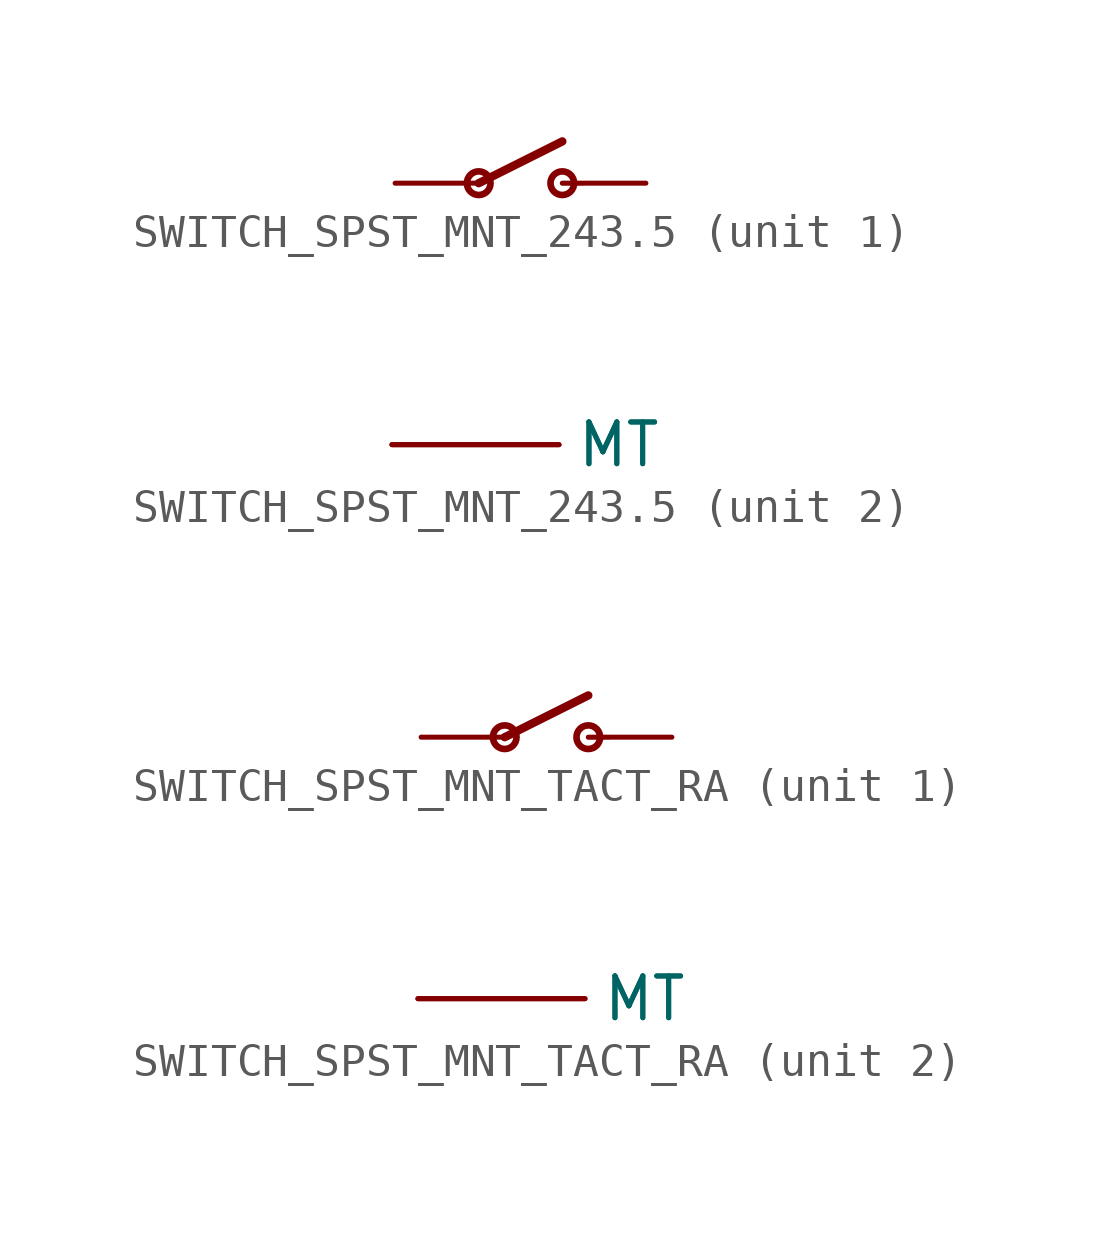
<source format=kicad_sym>
(kicad_symbol_lib
  (version 20220914)
  (generator kicad_symbol_editor)
  (symbol "SWITCH_SPST_MNT_243.5"
    (property "Reference" "SW"
      (at -4.445 -6.35 0)
      (effects (font (size 1.27 1.079)) (justify left bottom) hide))
    (property "ki_locked" ""
      (at 0 0 0)
      (effects (font (size 1.27 1.27))))
    (symbol "SWITCH_SPST_MNT_243.5_1_0"
      (circle (center -2.54 0) (radius 0.359) (stroke (width 0.203) (type solid)) (fill (type none)))
      (polyline (pts (xy -2.54 0) (xy 0 1.27)) (stroke (width 0.254) (type solid)) (fill (type none)))
      (polyline (pts (xy 0 0) (xy 0.635 0)) (stroke (width 0.127) (type solid)) (fill (type none)))
      (circle (center 0 0) (radius 0.359) (stroke (width 0.203) (type solid)) (fill (type none)))
      (pin passive line (at -5.08 0 0) (length 2.54) (name "P" (effects (font (size 0 0)))) (number "1" (effects (font (size 0 0)))))
      (pin passive line (at 2.54 0 180) (length 2.54) (name "S" (effects (font (size 0 0)))) (number "2" (effects (font (size 0 0))))))
    (symbol "SWITCH_SPST_MNT_243.5_2_0"
      (pin bidirectional line (at 0 0 0) (length 5.08) (name "MT" (effects (font (size 1.27 1.27)))) (number "MT1" (effects (font (size 0 0)))))
      (pin bidirectional line (at 0 0 0) (length 5.08) (name "MT" (effects (font (size 1.27 1.27)))) (number "MT2" (effects (font (size 0 0)))))))
  (symbol "SWITCH_SPST_MNT_TACT_RA"
    (property "Reference" "SW"
      (at -4.445 -6.35 0)
      (effects (font (size 1.27 1.079)) (justify left bottom) hide))
    (property "ki_locked" ""
      (at 0 0 0)
      (effects (font (size 1.27 1.27))))
    (symbol "SWITCH_SPST_MNT_TACT_RA_1_0"
      (circle (center -2.54 0) (radius 0.359) (stroke (width 0.203) (type solid)) (fill (type none)))
      (polyline (pts (xy -2.54 0) (xy 0 1.27)) (stroke (width 0.254) (type solid)) (fill (type none)))
      (polyline (pts (xy 0 0) (xy 0.635 0)) (stroke (width 0.127) (type solid)) (fill (type none)))
      (circle (center 0 0) (radius 0.359) (stroke (width 0.203) (type solid)) (fill (type none)))
      (pin passive line (at -5.08 0 0) (length 2.54) (name "P" (effects (font (size 0 0)))) (number "1" (effects (font (size 0 0)))))
      (pin passive line (at 2.54 0 180) (length 2.54) (name "S" (effects (font (size 0 0)))) (number "2" (effects (font (size 0 0))))))
    (symbol "SWITCH_SPST_MNT_TACT_RA_2_0"
      (pin bidirectional line (at 0 0 0) (length 5.08) (name "MT" (effects (font (size 1.27 1.27)))) (number "MT1" (effects (font (size 0 0)))))
      (pin bidirectional line (at 0 0 0) (length 5.08) (name "MT" (effects (font (size 1.27 1.27)))) (number "MT2" (effects (font (size 0 0))))))))
</source>
